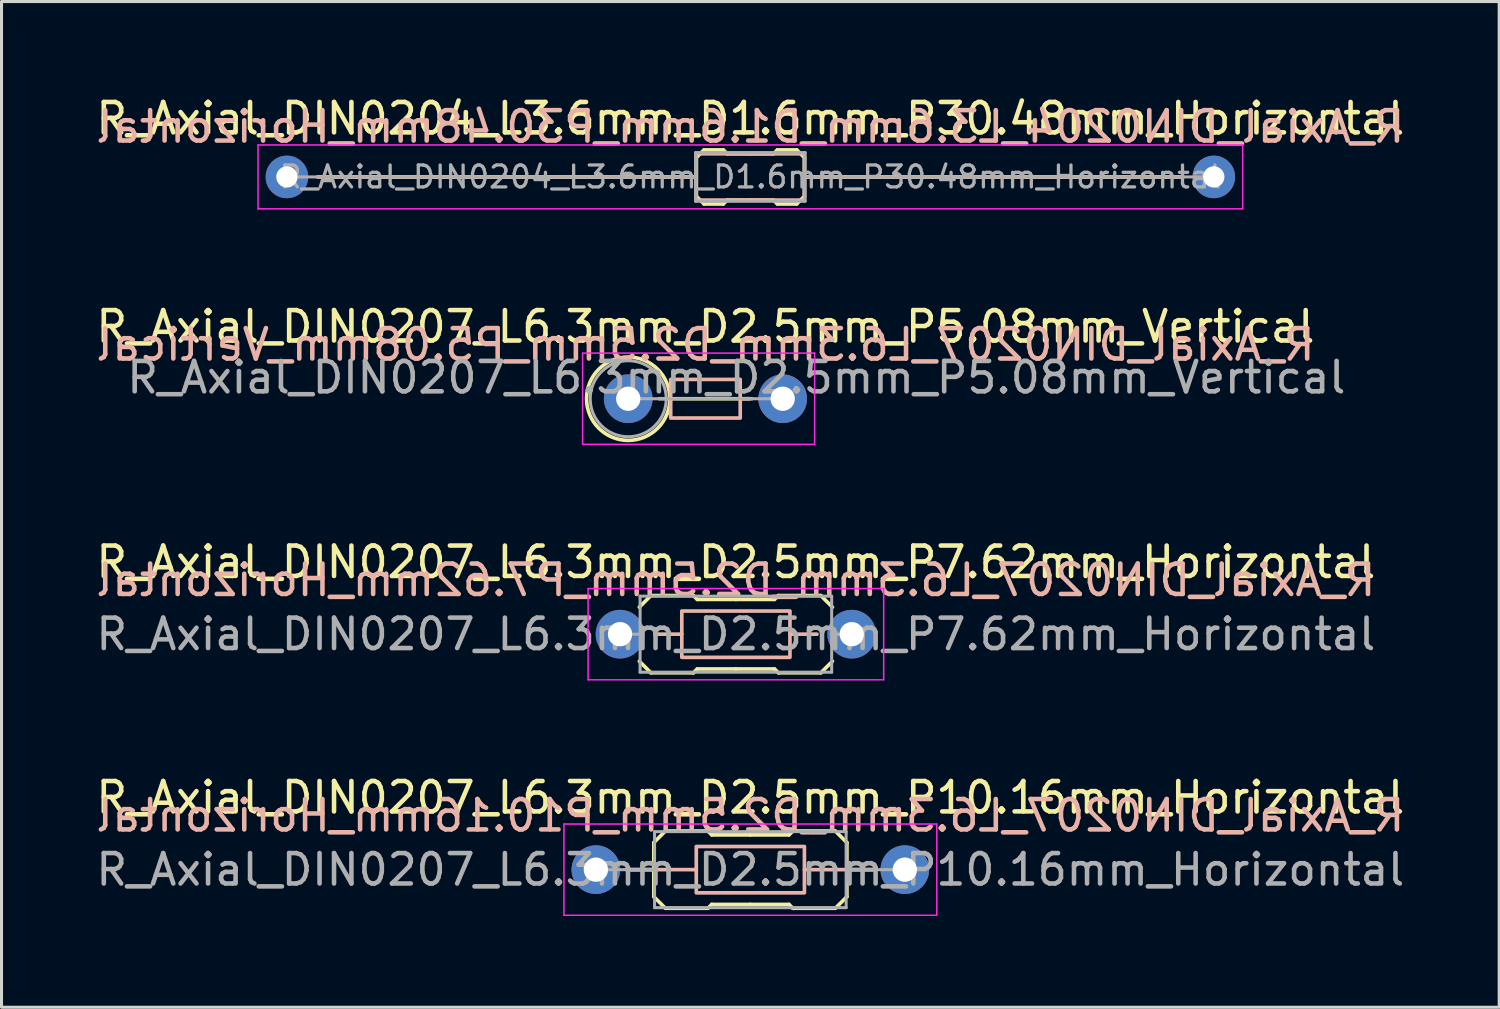
<source format=kicad_pcb>
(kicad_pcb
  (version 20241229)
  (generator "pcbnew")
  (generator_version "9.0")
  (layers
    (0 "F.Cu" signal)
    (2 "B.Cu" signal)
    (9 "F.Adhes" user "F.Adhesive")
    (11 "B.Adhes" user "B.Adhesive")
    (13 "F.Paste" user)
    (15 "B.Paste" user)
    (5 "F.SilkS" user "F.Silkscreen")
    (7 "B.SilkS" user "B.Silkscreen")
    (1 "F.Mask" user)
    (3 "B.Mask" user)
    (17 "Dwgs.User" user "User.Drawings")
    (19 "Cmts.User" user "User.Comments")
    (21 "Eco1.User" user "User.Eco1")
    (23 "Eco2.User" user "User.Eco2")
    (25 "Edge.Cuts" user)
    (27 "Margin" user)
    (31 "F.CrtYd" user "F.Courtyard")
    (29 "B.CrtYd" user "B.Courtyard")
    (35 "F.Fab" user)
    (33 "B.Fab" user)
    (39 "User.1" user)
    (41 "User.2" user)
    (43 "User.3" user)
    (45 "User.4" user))
  (footprint "R_Axial_DIN0207_L6.3mm_D2.5mm_P7.62mm_Horizontal"
    (layer "F.Cu")
    (at 17.339 17.805)
    (property "Reference" "R_Axial_DIN0207_L6.3mm_D2.5mm_P7.62mm_Horizontal" (at 3.81 -2.37 0) (layer "F.SilkS") (effects (font (size 1 1) (thickness 0.15))))
    (fp_line (start 0.635 -0.889) (end 1.016 -1.27) (stroke (width 0.12) (type solid)) (layer "F.SilkS"))
    (fp_line (start 0.635 0.889) (end 1.016 1.27) (stroke (width 0.12) (type solid)) (layer "F.SilkS"))
    (fp_line (start 1.016 -1.27) (end 2.413 -1.27) (stroke (width 0.12) (type solid)) (layer "F.SilkS"))
    (fp_line (start 1.016 1.27) (end 2.413 1.27) (stroke (width 0.12) (type solid)) (layer "F.SilkS"))
    (fp_line (start 2.413 -1.27) (end 2.54 -1.143) (stroke (width 0.12) (type solid)) (layer "F.SilkS"))
    (fp_line (start 2.413 1.27) (end 2.54 1.143) (stroke (width 0.12) (type solid)) (layer "F.SilkS"))
    (fp_line (start 2.54 -1.143) (end 3.81 -1.143) (stroke (width 0.12) (type solid)) (layer "F.SilkS"))
    (fp_line (start 2.54 1.143) (end 3.81 1.143) (stroke (width 0.12) (type solid)) (layer "F.SilkS"))
    (fp_line (start 5.08 -1.143) (end 3.81 -1.143) (stroke (width 0.12) (type solid)) (layer "F.SilkS"))
    (fp_line (start 5.08 1.143) (end 3.81 1.143) (stroke (width 0.12) (type solid)) (layer "F.SilkS"))
    (fp_line (start 5.207 -1.27) (end 5.08 -1.143) (stroke (width 0.12) (type solid)) (layer "F.SilkS"))
    (fp_line (start 5.207 1.27) (end 5.08 1.143) (stroke (width 0.12) (type solid)) (layer "F.SilkS"))
    (fp_line (start 6.604 -1.27) (end 5.207 -1.27) (stroke (width 0.12) (type solid)) (layer "F.SilkS"))
    (fp_line (start 6.604 1.27) (end 5.207 1.27) (stroke (width 0.12) (type solid)) (layer "F.SilkS"))
    (fp_line (start 6.985 -0.889) (end 6.604 -1.27) (stroke (width 0.12) (type solid)) (layer "F.SilkS"))
    (fp_line (start 6.985 0.889) (end 6.604 1.27) (stroke (width 0.12) (type solid)) (layer "F.SilkS"))
    (fp_line (start 2.032 0) (end 1.143 0) (stroke (width 0.12) (type solid)) (layer "B.SilkS"))
    (fp_line (start 5.588 0) (end 6.477 0) (stroke (width 0.12) (type solid)) (layer "B.SilkS"))
    (fp_rect (start 2.032 -0.762) (end 5.588 0.762) (stroke (width 0.12) (type solid)) (fill no) (layer "B.SilkS"))
    (fp_line (start -1.05 -1.5) (end -1.05 1.5) (stroke (width 0.05) (type solid)) (layer "F.CrtYd"))
    (fp_line (start -1.05 1.5) (end 8.67 1.5) (stroke (width 0.05) (type solid)) (layer "F.CrtYd"))
    (fp_line (start 8.67 -1.5) (end -1.05 -1.5) (stroke (width 0.05) (type solid)) (layer "F.CrtYd"))
    (fp_line (start 8.67 1.5) (end 8.67 -1.5) (stroke (width 0.05) (type solid)) (layer "F.CrtYd"))
    (fp_line (start 0 0) (end 0.66 0) (stroke (width 0.1) (type solid)) (layer "F.Fab"))
    (fp_line (start 0.66 -1.25) (end 0.66 1.25) (stroke (width 0.1) (type solid)) (layer "F.Fab"))
    (fp_line (start 0.66 1.25) (end 6.96 1.25) (stroke (width 0.1) (type solid)) (layer "F.Fab"))
    (fp_line (start 6.96 -1.25) (end 0.66 -1.25) (stroke (width 0.1) (type solid)) (layer "F.Fab"))
    (fp_line (start 6.96 1.25) (end 6.96 -1.25) (stroke (width 0.1) (type solid)) (layer "F.Fab"))
    (fp_line (start 7.62 0) (end 6.96 0) (stroke (width 0.1) (type solid)) (layer "F.Fab"))
    (fp_text user "${REFERENCE}" (at 3.81 -1.778 0) (layer "B.SilkS") (effects (font (size 1 1) (thickness 0.15)) (justify mirror)))
    (fp_text user "${REFERENCE}" (at 3.81 0 0) (layer "F.Fab") (effects (font (size 1 1) (thickness 0.15))))
    (pad "1" thru_hole circle (at 0 0) (size 1.6 1.6) (drill 0.8) (layers "*.Cu" "*.Mask"))
    (pad "2" thru_hole oval (at 7.62 0) (size 1.6 1.6) (drill 0.8) (layers "*.Cu" "*.Mask")))
  (footprint "R_Axial_DIN0207_L6.3mm_D2.5mm_P10.16mm_Horizontal"
    (layer "F.Cu")
    (at 16.545 25.548)
    (property "Reference" "R_Axial_DIN0207_L6.3mm_D2.5mm_P10.16mm_Horizontal" (at 5.08 -2.37 0) (layer "F.SilkS") (effects (font (size 1 1) (thickness 0.15))))
    (fp_line (start 1.905 -0.889) (end 1.905 0.889) (stroke (width 0.12) (type solid)) (layer "F.SilkS"))
    (fp_line (start 1.905 -0.889) (end 2.286 -1.27) (stroke (width 0.12) (type solid)) (layer "F.SilkS"))
    (fp_line (start 1.905 0) (end 1.016 0) (stroke (width 0.12) (type solid)) (layer "F.SilkS"))
    (fp_line (start 1.905 0.889) (end 2.286 1.27) (stroke (width 0.12) (type solid)) (layer "F.SilkS"))
    (fp_line (start 2.286 -1.27) (end 3.683 -1.27) (stroke (width 0.12) (type solid)) (layer "F.SilkS"))
    (fp_line (start 2.286 1.27) (end 3.683 1.27) (stroke (width 0.12) (type solid)) (layer "F.SilkS"))
    (fp_line (start 3.683 -1.27) (end 3.81 -1.143) (stroke (width 0.12) (type solid)) (layer "F.SilkS"))
    (fp_line (start 3.683 1.27) (end 3.81 1.143) (stroke (width 0.12) (type solid)) (layer "F.SilkS"))
    (fp_line (start 3.81 -1.143) (end 5.08 -1.143) (stroke (width 0.12) (type solid)) (layer "F.SilkS"))
    (fp_line (start 3.81 1.143) (end 5.08 1.143) (stroke (width 0.12) (type solid)) (layer "F.SilkS"))
    (fp_line (start 6.35 -1.143) (end 5.08 -1.143) (stroke (width 0.12) (type solid)) (layer "F.SilkS"))
    (fp_line (start 6.35 1.143) (end 5.08 1.143) (stroke (width 0.12) (type solid)) (layer "F.SilkS"))
    (fp_line (start 6.477 -1.27) (end 6.35 -1.143) (stroke (width 0.12) (type solid)) (layer "F.SilkS"))
    (fp_line (start 6.477 1.27) (end 6.35 1.143) (stroke (width 0.12) (type solid)) (layer "F.SilkS"))
    (fp_line (start 7.874 -1.27) (end 6.477 -1.27) (stroke (width 0.12) (type solid)) (layer "F.SilkS"))
    (fp_line (start 7.874 1.27) (end 6.477 1.27) (stroke (width 0.12) (type solid)) (layer "F.SilkS"))
    (fp_line (start 8.255 -0.889) (end 7.874 -1.27) (stroke (width 0.12) (type solid)) (layer "F.SilkS"))
    (fp_line (start 8.255 -0.889) (end 8.255 0.889) (stroke (width 0.12) (type solid)) (layer "F.SilkS"))
    (fp_line (start 8.255 0) (end 9.144 0) (stroke (width 0.12) (type solid)) (layer "F.SilkS"))
    (fp_line (start 8.255 0.889) (end 7.874 1.27) (stroke (width 0.12) (type solid)) (layer "F.SilkS"))
    (fp_line (start 3.302 0) (end 1.016 0) (stroke (width 0.12) (type solid)) (layer "B.SilkS"))
    (fp_line (start 6.858 0) (end 9.144 0) (stroke (width 0.12) (type solid)) (layer "B.SilkS"))
    (fp_rect (start 3.302 -0.762) (end 6.858 0.762) (stroke (width 0.12) (type solid)) (fill no) (layer "B.SilkS"))
    (fp_line (start -1.05 -1.5) (end -1.05 1.5) (stroke (width 0.05) (type solid)) (layer "F.CrtYd"))
    (fp_line (start -1.05 1.5) (end 11.21 1.5) (stroke (width 0.05) (type solid)) (layer "F.CrtYd"))
    (fp_line (start 11.21 -1.5) (end -1.05 -1.5) (stroke (width 0.05) (type solid)) (layer "F.CrtYd"))
    (fp_line (start 11.21 1.5) (end 11.21 -1.5) (stroke (width 0.05) (type solid)) (layer "F.CrtYd"))
    (fp_line (start 0 0) (end 1.93 0) (stroke (width 0.1) (type solid)) (layer "F.Fab"))
    (fp_line (start 1.93 -1.25) (end 1.93 1.25) (stroke (width 0.1) (type solid)) (layer "F.Fab"))
    (fp_line (start 1.93 1.25) (end 8.23 1.25) (stroke (width 0.1) (type solid)) (layer "F.Fab"))
    (fp_line (start 8.23 -1.25) (end 1.93 -1.25) (stroke (width 0.1) (type solid)) (layer "F.Fab"))
    (fp_line (start 8.23 1.25) (end 8.23 -1.25) (stroke (width 0.1) (type solid)) (layer "F.Fab"))
    (fp_line (start 10.16 0) (end 8.23 0) (stroke (width 0.1) (type solid)) (layer "F.Fab"))
    (fp_text user "${REFERENCE}" (at 5.08 -1.778 0) (layer "B.SilkS") (effects (font (size 1 1) (thickness 0.15)) (justify mirror)))
    (fp_text user "${REFERENCE}" (at 5.08 0 0) (layer "F.Fab") (effects (font (size 1 1) (thickness 0.15))))
    (pad "1" thru_hole circle (at 0 0) (size 1.6 1.6) (drill 0.8) (layers "*.Cu" "*.Mask"))
    (pad "2" thru_hole oval (at 10.16 0) (size 1.6 1.6) (drill 0.8) (layers "*.Cu" "*.Mask")))
  (footprint "R_Axial_DIN0204_L3.6mm_D1.6mm_P30.48mm_Horizontal"
    (layer "F.Cu")
    (at 6.385 2.768)
    (property "Reference" "R_Axial_DIN0204_L3.6mm_D1.6mm_P30.48mm_Horizontal" (at 15.24 -1.92 0) (layer "F.SilkS") (effects (font (size 1 1) (thickness 0.15))))
    (fp_line (start 1.016 0) (end 13.32 0) (stroke (width 0.12) (type solid)) (layer "F.SilkS"))
    (fp_line (start 13.32 0) (end 13.462 0) (stroke (width 0.12) (type solid)) (layer "F.SilkS"))
    (fp_line (start 13.462 -0.635) (end 13.716 -0.889) (stroke (width 0.12) (type solid)) (layer "F.SilkS"))
    (fp_line (start 13.462 0.635) (end 13.462 -0.635) (stroke (width 0.12) (type solid)) (layer "F.SilkS"))
    (fp_line (start 13.462 0.635) (end 13.716 0.889) (stroke (width 0.12) (type solid)) (layer "F.SilkS"))
    (fp_line (start 13.716 -0.889) (end 14.351 -0.889) (stroke (width 0.12) (type solid)) (layer "F.SilkS"))
    (fp_line (start 13.716 0.889) (end 14.351 0.889) (stroke (width 0.12) (type solid)) (layer "F.SilkS"))
    (fp_line (start 14.351 -0.889) (end 14.478 -0.762) (stroke (width 0.12) (type solid)) (layer "F.SilkS"))
    (fp_line (start 14.351 0.889) (end 14.478 0.762) (stroke (width 0.12) (type solid)) (layer "F.SilkS"))
    (fp_line (start 14.478 -0.762) (end 15.24 -0.762) (stroke (width 0.12) (type solid)) (layer "F.SilkS"))
    (fp_line (start 14.478 0.762) (end 15.24 0.762) (stroke (width 0.12) (type solid)) (layer "F.SilkS"))
    (fp_line (start 16.002 -0.762) (end 15.24 -0.762) (stroke (width 0.12) (type solid)) (layer "F.SilkS"))
    (fp_line (start 16.002 0.762) (end 15.24 0.762) (stroke (width 0.12) (type solid)) (layer "F.SilkS"))
    (fp_line (start 16.129 -0.889) (end 16.002 -0.762) (stroke (width 0.12) (type solid)) (layer "F.SilkS"))
    (fp_line (start 16.129 0.889) (end 16.002 0.762) (stroke (width 0.12) (type solid)) (layer "F.SilkS"))
    (fp_line (start 16.764 -0.889) (end 16.129 -0.889) (stroke (width 0.12) (type solid)) (layer "F.SilkS"))
    (fp_line (start 16.764 0.889) (end 16.129 0.889) (stroke (width 0.12) (type solid)) (layer "F.SilkS"))
    (fp_line (start 17.018 -0.635) (end 16.764 -0.889) (stroke (width 0.12) (type solid)) (layer "F.SilkS"))
    (fp_line (start 17.018 -0.635) (end 17.018 0.635) (stroke (width 0.12) (type solid)) (layer "F.SilkS"))
    (fp_line (start 17.018 0.635) (end 16.764 0.889) (stroke (width 0.12) (type solid)) (layer "F.SilkS"))
    (fp_line (start 17.145 0) (end 17.018 0) (stroke (width 0.12) (type solid)) (layer "F.SilkS"))
    (fp_line (start 29.464 0) (end 17.16 0) (stroke (width 0.12) (type solid)) (layer "F.SilkS"))
    (fp_line (start 13.462 0) (end 1.016 0) (stroke (width 0.12) (type solid)) (layer "B.SilkS"))
    (fp_line (start 17.018 0) (end 29.464 0) (stroke (width 0.12) (type solid)) (layer "B.SilkS"))
    (fp_rect (start 13.462 -0.762) (end 17.018 0.762) (stroke (width 0.12) (type solid)) (fill no) (layer "B.SilkS"))
    (fp_line (start -0.95 -1.05) (end -0.95 1.05) (stroke (width 0.05) (type solid)) (layer "F.CrtYd"))
    (fp_line (start -0.95 1.05) (end 31.43 1.05) (stroke (width 0.05) (type solid)) (layer "F.CrtYd"))
    (fp_line (start 31.43 -1.05) (end -0.95 -1.05) (stroke (width 0.05) (type solid)) (layer "F.CrtYd"))
    (fp_line (start 31.43 1.05) (end 31.43 -1.05) (stroke (width 0.05) (type solid)) (layer "F.CrtYd"))
    (fp_line (start 0 0) (end 13.462 0) (stroke (width 0.1) (type solid)) (layer "F.Fab"))
    (fp_line (start 13.44 -0.8) (end 13.44 0.8) (stroke (width 0.1) (type solid)) (layer "F.Fab"))
    (fp_line (start 13.44 0.8) (end 17.04 0.8) (stroke (width 0.1) (type solid)) (layer "F.Fab"))
    (fp_line (start 17.04 -0.8) (end 13.44 -0.8) (stroke (width 0.1) (type solid)) (layer "F.Fab"))
    (fp_line (start 17.04 0.8) (end 17.04 -0.8) (stroke (width 0.1) (type solid)) (layer "F.Fab"))
    (fp_line (start 30.48 0) (end 17.04 0) (stroke (width 0.1) (type solid)) (layer "F.Fab"))
    (fp_text user "${REFERENCE}" (at 15.24 -1.651 0) (layer "B.SilkS") (effects (font (size 1 1) (thickness 0.15)) (justify mirror)))
    (fp_text user "${REFERENCE}" (at 15.24 0 0) (layer "F.Fab") (effects (font (size 0.72 0.72) (thickness 0.108))))
    (pad "1" thru_hole circle (at 0 0) (size 1.4 1.4) (drill 0.7) (layers "*.Cu" "*.Mask"))
    (pad "2" thru_hole oval (at 30.48 0) (size 1.4 1.4) (drill 0.7) (layers "*.Cu" "*.Mask")))
  (footprint "R_Axial_DIN0207_L6.3mm_D2.5mm_P5.08mm_Vertical"
    (layer "F.Cu")
    (at 17.609 10.062)
    (property "Reference" "R_Axial_DIN0207_L6.3mm_D2.5mm_P5.08mm_Vertical" (at 2.54 -2.37 0) (layer "F.SilkS") (effects (font (size 1 1) (thickness 0.15))))
    (fp_line (start 1.37 0) (end 3.98 0) (stroke (width 0.12) (type solid)) (layer "F.SilkS"))
    (fp_circle (center 0 0) (end 1.37 0) (stroke (width 0.12) (type solid)) (fill no) (layer "F.SilkS"))
    (fp_line (start 1.016 0) (end 1.397 0) (stroke (width 0.12) (type solid)) (layer "B.SilkS"))
    (fp_line (start 4.064 0) (end 3.683 0) (stroke (width 0.12) (type solid)) (layer "B.SilkS"))
    (fp_rect (start 1.397 -0.635) (end 3.683 0.635) (stroke (width 0.12) (type solid)) (fill no) (layer "B.SilkS"))
    (fp_line (start -1.5 -1.5) (end -1.5 1.5) (stroke (width 0.05) (type solid)) (layer "F.CrtYd"))
    (fp_line (start -1.5 1.5) (end 6.13 1.5) (stroke (width 0.05) (type solid)) (layer "F.CrtYd"))
    (fp_line (start 6.13 -1.5) (end -1.5 -1.5) (stroke (width 0.05) (type solid)) (layer "F.CrtYd"))
    (fp_line (start 6.13 1.5) (end 6.13 -1.5) (stroke (width 0.05) (type solid)) (layer "F.CrtYd"))
    (fp_line (start 0 0) (end 5.08 0) (stroke (width 0.1) (type solid)) (layer "F.Fab"))
    (fp_circle (center 0 0) (end 1.25 0) (stroke (width 0.1) (type solid)) (fill no) (layer "F.Fab"))
    (fp_text user "${REFERENCE}" (at 2.54 -1.778 0) (layer "B.SilkS") (effects (font (size 1 1) (thickness 0.15)) (justify mirror)))
    (fp_text user "${REFERENCE}" (at 3.556 -0.699 0) (layer "F.Fab") (effects (font (size 1 1) (thickness 0.15))))
    (pad "1" thru_hole circle (at 0 0) (size 1.6 1.6) (drill 0.8) (layers "*.Cu" "*.Mask"))
    (pad "2" thru_hole oval (at 5.08 0) (size 1.6 1.6) (drill 0.8) (layers "*.Cu" "*.Mask")))
  (gr_rect
    (start -3 -3)
    (end 46.25 30.073)
    (stroke (width 0.1) (type default))
    (fill no)
    (layer "Edge.Cuts")))
</source>
